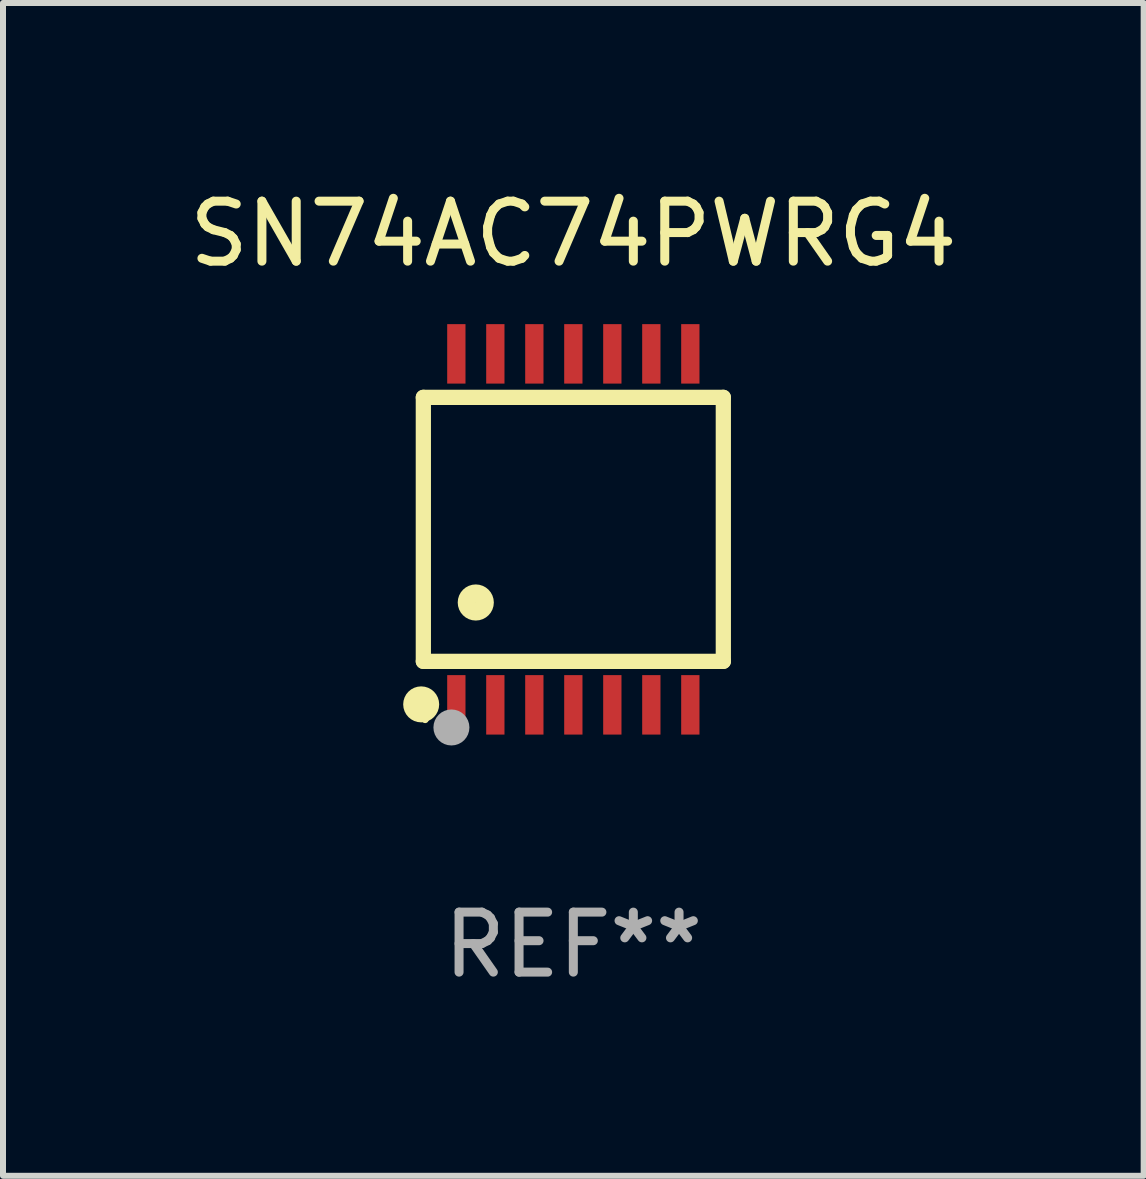
<source format=kicad_pcb>
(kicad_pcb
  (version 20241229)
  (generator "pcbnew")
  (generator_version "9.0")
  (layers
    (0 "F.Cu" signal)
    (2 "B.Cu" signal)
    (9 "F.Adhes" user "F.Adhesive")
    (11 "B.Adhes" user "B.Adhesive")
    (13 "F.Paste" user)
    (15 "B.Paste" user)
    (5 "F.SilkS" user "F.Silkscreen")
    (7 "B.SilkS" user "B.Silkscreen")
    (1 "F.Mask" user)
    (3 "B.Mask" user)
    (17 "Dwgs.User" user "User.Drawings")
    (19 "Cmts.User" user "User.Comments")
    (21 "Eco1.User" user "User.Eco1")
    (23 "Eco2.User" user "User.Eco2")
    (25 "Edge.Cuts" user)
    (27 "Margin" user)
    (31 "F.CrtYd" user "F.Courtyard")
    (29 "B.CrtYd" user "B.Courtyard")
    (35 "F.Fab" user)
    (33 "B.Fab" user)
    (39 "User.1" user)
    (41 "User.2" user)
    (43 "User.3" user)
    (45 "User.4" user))
  (footprint "SN74AC74PWRG4"
    (layer "F.Cu")
    (at 6.506 5.773)
    (property "Reference" "SN74AC74PWRG4" (at 0 -4.925 0) (layer "F.SilkS") (effects (font (size 1 1) (thickness 0.15))))
    (attr through_hole)
    (fp_line (start -2.5 2.2) (end -2.5 -2.2) (stroke (width 0.254) (type solid)) (layer "F.SilkS"))
    (fp_line (start -2.5 2.2) (end 2.5 2.2) (stroke (width 0.254) (type solid)) (layer "F.SilkS"))
    (fp_line (start 2.5 -2.2) (end -2.5 -2.2) (stroke (width 0.254) (type solid)) (layer "F.SilkS"))
    (fp_line (start 2.5 -2.2) (end 2.5 2.2) (stroke (width 0.254) (type solid)) (layer "F.SilkS"))
    (fp_circle (center -2.536 2.917) (end -2.386 2.917) (stroke (width 0.3) (type solid)) (fill no) (layer "F.SilkS"))
    (fp_circle (center -2.47 3.17) (end -2.44 3.17) (stroke (width 0.06) (type solid)) (fill no) (layer "F.SilkS"))
    (fp_circle (center -1.626 1.219) (end -1.475 1.219) (stroke (width 0.3) (type solid)) (fill no) (layer "F.SilkS"))
    (fp_circle (center -2.032 3.302) (end -1.882 3.302) (stroke (width 0.3) (type solid)) (fill no) (layer "F.Fab"))
    (fp_text user "REF**" (at 0 6.925 0) (layer "F.Fab") (effects (font (size 1 1) (thickness 0.15))))
    (pad "1" smd rect (at -1.95 2.925) (size 0.305 0.991) (layers "F.Cu" "F.Mask" "F.Paste"))
    (pad "2" smd rect (at -1.3 2.925) (size 0.305 0.991) (layers "F.Cu" "F.Mask" "F.Paste"))
    (pad "3" smd rect (at -0.65 2.925) (size 0.305 0.991) (layers "F.Cu" "F.Mask" "F.Paste"))
    (pad "4" smd rect (at 0 2.925) (size 0.305 0.991) (layers "F.Cu" "F.Mask" "F.Paste"))
    (pad "5" smd rect (at 0.65 2.925) (size 0.305 0.991) (layers "F.Cu" "F.Mask" "F.Paste"))
    (pad "6" smd rect (at 1.3 2.925) (size 0.305 0.991) (layers "F.Cu" "F.Mask" "F.Paste"))
    (pad "7" smd rect (at 1.95 2.925) (size 0.305 0.991) (layers "F.Cu" "F.Mask" "F.Paste"))
    (pad "8" smd rect (at 1.95 -2.925) (size 0.305 0.991) (layers "F.Cu" "F.Mask" "F.Paste"))
    (pad "9" smd rect (at 1.3 -2.925) (size 0.305 0.991) (layers "F.Cu" "F.Mask" "F.Paste"))
    (pad "10" smd rect (at 0.65 -2.925) (size 0.305 0.991) (layers "F.Cu" "F.Mask" "F.Paste"))
    (pad "11" smd rect (at 0 -2.925) (size 0.305 0.991) (layers "F.Cu" "F.Mask" "F.Paste"))
    (pad "12" smd rect (at -0.65 -2.925) (size 0.305 0.991) (layers "F.Cu" "F.Mask" "F.Paste"))
    (pad "13" smd rect (at -1.3 -2.925) (size 0.305 0.991) (layers "F.Cu" "F.Mask" "F.Paste"))
    (pad "14" smd rect (at -1.95 -2.925) (size 0.305 0.991) (layers "F.Cu" "F.Mask" "F.Paste")))
  (gr_rect
    (start -3 -3)
    (end 16.012 16.547)
    (stroke (width 0.1) (type default))
    (fill no)
    (layer "Edge.Cuts")))
</source>
